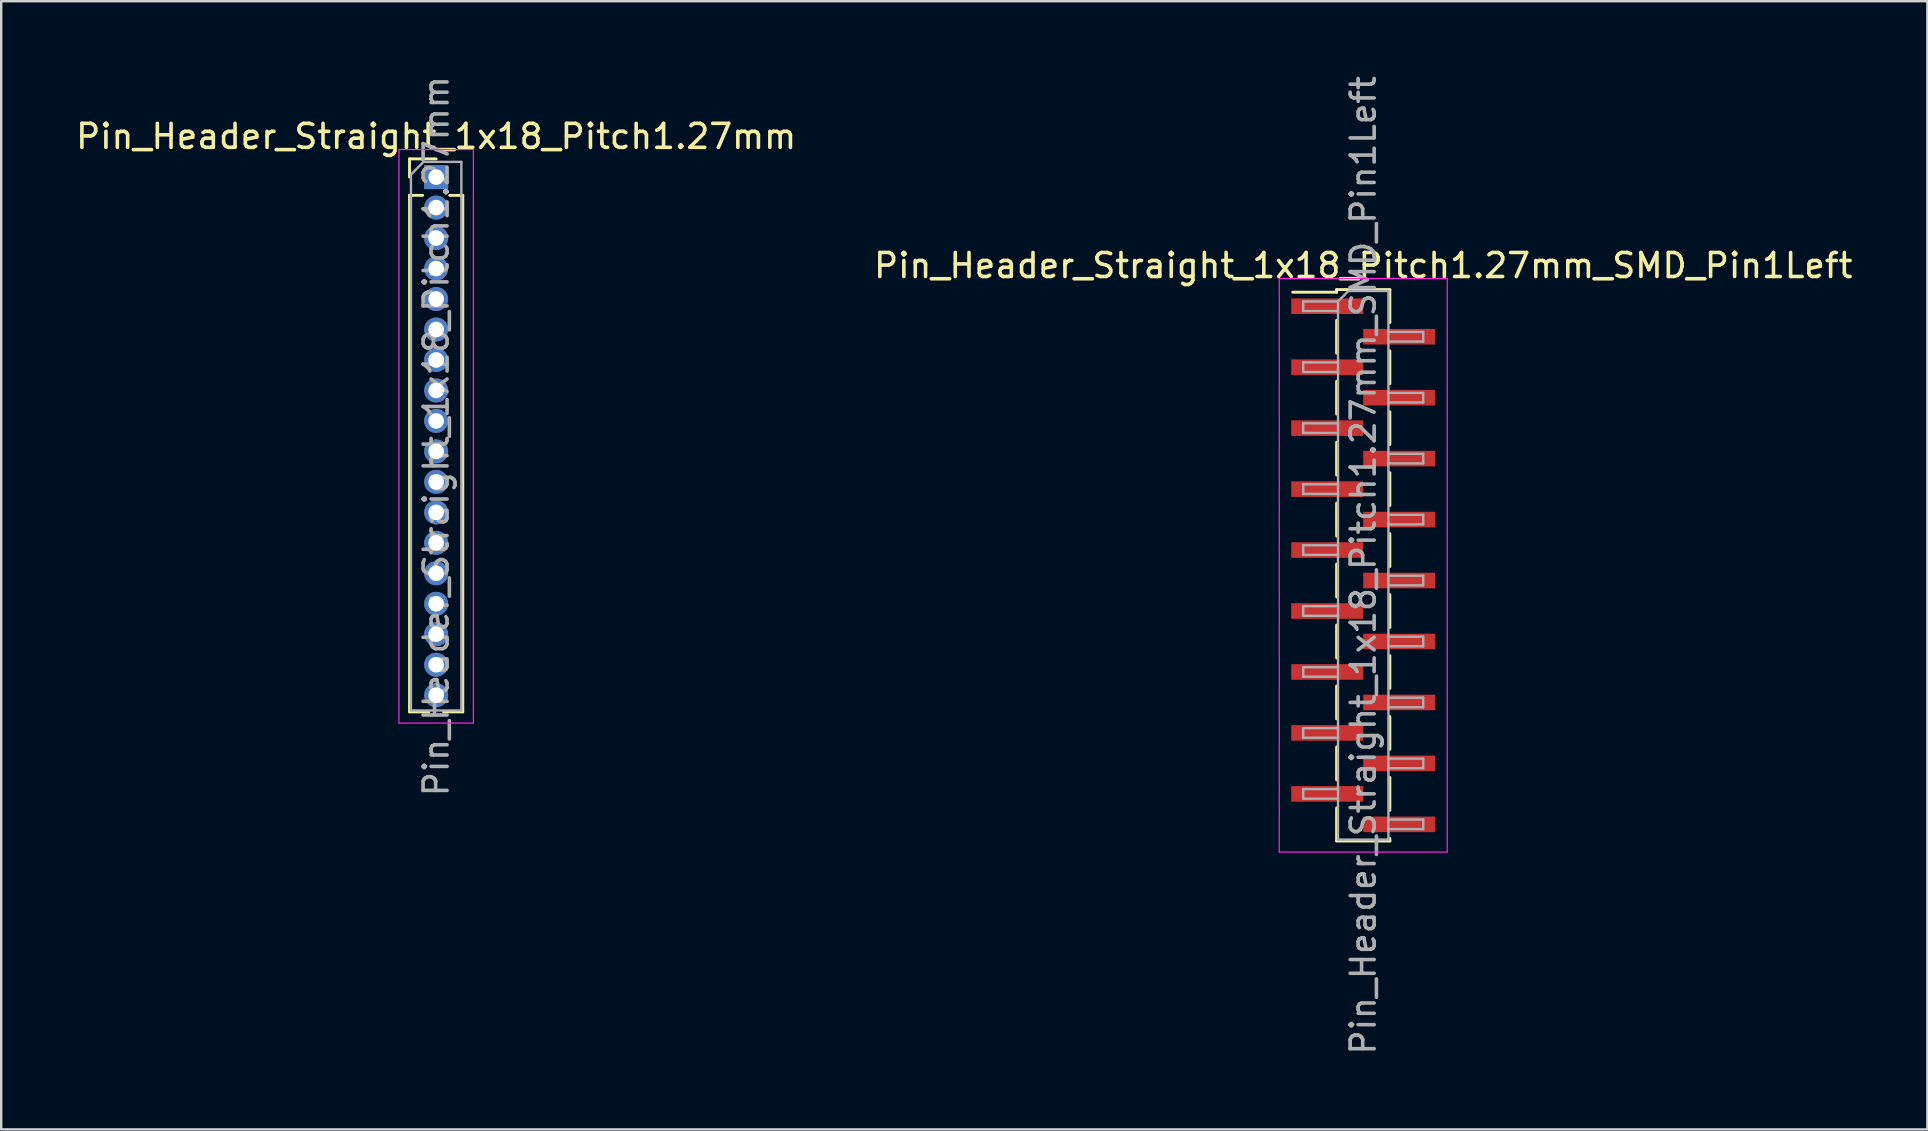
<source format=kicad_pcb>
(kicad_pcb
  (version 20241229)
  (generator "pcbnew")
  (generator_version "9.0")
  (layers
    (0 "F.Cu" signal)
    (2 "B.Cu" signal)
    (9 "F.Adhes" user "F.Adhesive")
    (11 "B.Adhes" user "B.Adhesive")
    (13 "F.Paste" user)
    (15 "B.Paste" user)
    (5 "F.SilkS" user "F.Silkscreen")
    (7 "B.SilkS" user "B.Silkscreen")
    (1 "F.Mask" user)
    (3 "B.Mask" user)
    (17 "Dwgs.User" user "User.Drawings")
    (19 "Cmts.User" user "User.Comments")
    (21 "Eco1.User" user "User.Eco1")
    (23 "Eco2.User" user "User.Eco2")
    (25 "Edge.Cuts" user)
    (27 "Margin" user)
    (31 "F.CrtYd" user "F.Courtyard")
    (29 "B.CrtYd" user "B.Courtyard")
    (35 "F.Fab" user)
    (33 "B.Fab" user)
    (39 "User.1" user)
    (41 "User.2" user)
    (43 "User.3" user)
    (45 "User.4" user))
  (footprint "Pin_Header_Straight_1x18_Pitch1.27mm"
    (layer "F.Cu")
    (at 15.125 4.33)
    (property "Reference" "Pin_Header_Straight_1x18_Pitch1.27mm" (at 0 -1.695 0) (layer "F.SilkS") (effects (font (size 1 1) (thickness 0.15))))
    (attr through_hole)
    (fp_line (start -1.11 -0.76) (end 0 -0.76) (stroke (width 0.12) (type solid)) (layer "F.SilkS"))
    (fp_line (start -1.11 0) (end -1.11 -0.76) (stroke (width 0.12) (type solid)) (layer "F.SilkS"))
    (fp_line (start -1.11 0.76) (end -1.11 22.285) (stroke (width 0.12) (type solid)) (layer "F.SilkS"))
    (fp_line (start -1.11 0.76) (end -0.563 0.76) (stroke (width 0.12) (type solid)) (layer "F.SilkS"))
    (fp_line (start -1.11 22.285) (end -0.308 22.285) (stroke (width 0.12) (type solid)) (layer "F.SilkS"))
    (fp_line (start 0.308 22.285) (end 1.11 22.285) (stroke (width 0.12) (type solid)) (layer "F.SilkS"))
    (fp_line (start 0.563 0.76) (end 1.11 0.76) (stroke (width 0.12) (type solid)) (layer "F.SilkS"))
    (fp_line (start 1.11 0.76) (end 1.11 22.285) (stroke (width 0.12) (type solid)) (layer "F.SilkS"))
    (fp_line (start -1.55 -1.15) (end -1.55 22.75) (stroke (width 0.05) (type solid)) (layer "F.CrtYd"))
    (fp_line (start -1.55 22.75) (end 1.55 22.75) (stroke (width 0.05) (type solid)) (layer "F.CrtYd"))
    (fp_line (start 1.55 -1.15) (end -1.55 -1.15) (stroke (width 0.05) (type solid)) (layer "F.CrtYd"))
    (fp_line (start 1.55 22.75) (end 1.55 -1.15) (stroke (width 0.05) (type solid)) (layer "F.CrtYd"))
    (fp_line (start -1.05 -0.11) (end -0.525 -0.635) (stroke (width 0.1) (type solid)) (layer "F.Fab"))
    (fp_line (start -1.05 22.225) (end -1.05 -0.11) (stroke (width 0.1) (type solid)) (layer "F.Fab"))
    (fp_line (start -0.525 -0.635) (end 1.05 -0.635) (stroke (width 0.1) (type solid)) (layer "F.Fab"))
    (fp_line (start 1.05 -0.635) (end 1.05 22.225) (stroke (width 0.1) (type solid)) (layer "F.Fab"))
    (fp_line (start 1.05 22.225) (end -1.05 22.225) (stroke (width 0.1) (type solid)) (layer "F.Fab"))
    (fp_text user "${REFERENCE}" (at 0 10.795 90) (layer "F.Fab") (effects (font (size 1 1) (thickness 0.15))))
    (pad "1" thru_hole rect (at 0 0) (size 1 1) (drill 0.65) (layers "*.Cu" "*.Mask"))
    (pad "2" thru_hole oval (at 0 1.27) (size 1 1) (drill 0.65) (layers "*.Cu" "*.Mask"))
    (pad "3" thru_hole oval (at 0 2.54) (size 1 1) (drill 0.65) (layers "*.Cu" "*.Mask"))
    (pad "4" thru_hole oval (at 0 3.81) (size 1 1) (drill 0.65) (layers "*.Cu" "*.Mask"))
    (pad "5" thru_hole oval (at 0 5.08) (size 1 1) (drill 0.65) (layers "*.Cu" "*.Mask"))
    (pad "6" thru_hole oval (at 0 6.35) (size 1 1) (drill 0.65) (layers "*.Cu" "*.Mask"))
    (pad "7" thru_hole oval (at 0 7.62) (size 1 1) (drill 0.65) (layers "*.Cu" "*.Mask"))
    (pad "8" thru_hole oval (at 0 8.89) (size 1 1) (drill 0.65) (layers "*.Cu" "*.Mask"))
    (pad "9" thru_hole oval (at 0 10.16) (size 1 1) (drill 0.65) (layers "*.Cu" "*.Mask"))
    (pad "10" thru_hole oval (at 0 11.43) (size 1 1) (drill 0.65) (layers "*.Cu" "*.Mask"))
    (pad "11" thru_hole oval (at 0 12.7) (size 1 1) (drill 0.65) (layers "*.Cu" "*.Mask"))
    (pad "12" thru_hole oval (at 0 13.97) (size 1 1) (drill 0.65) (layers "*.Cu" "*.Mask"))
    (pad "13" thru_hole oval (at 0 15.24) (size 1 1) (drill 0.65) (layers "*.Cu" "*.Mask"))
    (pad "14" thru_hole oval (at 0 16.51) (size 1 1) (drill 0.65) (layers "*.Cu" "*.Mask"))
    (pad "15" thru_hole oval (at 0 17.78) (size 1 1) (drill 0.65) (layers "*.Cu" "*.Mask"))
    (pad "16" thru_hole oval (at 0 19.05) (size 1 1) (drill 0.65) (layers "*.Cu" "*.Mask"))
    (pad "17" thru_hole oval (at 0 20.32) (size 1 1) (drill 0.65) (layers "*.Cu" "*.Mask"))
    (pad "18" thru_hole oval (at 0 21.59) (size 1 1) (drill 0.65) (layers "*.Cu" "*.Mask")))
  (footprint "Pin_Header_Straight_1x18_Pitch1.27mm_SMD_Pin1Left"
    (layer "F.Cu")
    (at 53.756 20.506)
    (property "Reference" "Pin_Header_Straight_1x18_Pitch1.27mm_SMD_Pin1Left" (at 0 -12.49 0) (layer "F.SilkS") (effects (font (size 1 1) (thickness 0.15))))
    (attr smd)
    (fp_line (start -1.11 -11.49) (end -1.11 -11.38) (stroke (width 0.12) (type solid)) (layer "F.SilkS"))
    (fp_line (start -1.11 -11.49) (end 1.11 -11.49) (stroke (width 0.12) (type solid)) (layer "F.SilkS"))
    (fp_line (start -1.11 -11.38) (end -2.94 -11.38) (stroke (width 0.12) (type solid)) (layer "F.SilkS"))
    (fp_line (start -1.11 -10.21) (end -1.11 -8.84) (stroke (width 0.12) (type solid)) (layer "F.SilkS"))
    (fp_line (start -1.11 -7.67) (end -1.11 -6.3) (stroke (width 0.12) (type solid)) (layer "F.SilkS"))
    (fp_line (start -1.11 -5.13) (end -1.11 -3.76) (stroke (width 0.12) (type solid)) (layer "F.SilkS"))
    (fp_line (start -1.11 -2.59) (end -1.11 -1.22) (stroke (width 0.12) (type solid)) (layer "F.SilkS"))
    (fp_line (start -1.11 -0.05) (end -1.11 1.32) (stroke (width 0.12) (type solid)) (layer "F.SilkS"))
    (fp_line (start -1.11 2.49) (end -1.11 3.86) (stroke (width 0.12) (type solid)) (layer "F.SilkS"))
    (fp_line (start -1.11 5.03) (end -1.11 6.4) (stroke (width 0.12) (type solid)) (layer "F.SilkS"))
    (fp_line (start -1.11 7.57) (end -1.11 8.94) (stroke (width 0.12) (type solid)) (layer "F.SilkS"))
    (fp_line (start -1.11 10.11) (end -1.11 11.48) (stroke (width 0.12) (type solid)) (layer "F.SilkS"))
    (fp_line (start -1.11 11.49) (end 1.11 11.49) (stroke (width 0.12) (type solid)) (layer "F.SilkS"))
    (fp_line (start 1.11 -11.48) (end 1.11 -10.11) (stroke (width 0.12) (type solid)) (layer "F.SilkS"))
    (fp_line (start 1.11 -8.94) (end 1.11 -7.57) (stroke (width 0.12) (type solid)) (layer "F.SilkS"))
    (fp_line (start 1.11 -6.4) (end 1.11 -5.03) (stroke (width 0.12) (type solid)) (layer "F.SilkS"))
    (fp_line (start 1.11 -3.86) (end 1.11 -2.49) (stroke (width 0.12) (type solid)) (layer "F.SilkS"))
    (fp_line (start 1.11 -1.32) (end 1.11 0.05) (stroke (width 0.12) (type solid)) (layer "F.SilkS"))
    (fp_line (start 1.11 1.22) (end 1.11 2.59) (stroke (width 0.12) (type solid)) (layer "F.SilkS"))
    (fp_line (start 1.11 3.76) (end 1.11 5.13) (stroke (width 0.12) (type solid)) (layer "F.SilkS"))
    (fp_line (start 1.11 6.3) (end 1.11 7.67) (stroke (width 0.12) (type solid)) (layer "F.SilkS"))
    (fp_line (start 1.11 8.84) (end 1.11 10.21) (stroke (width 0.12) (type solid)) (layer "F.SilkS"))
    (fp_line (start 1.11 11.38) (end 1.11 11.49) (stroke (width 0.12) (type solid)) (layer "F.SilkS"))
    (fp_line (start -3.5 -11.95) (end -3.5 11.95) (stroke (width 0.05) (type solid)) (layer "F.CrtYd"))
    (fp_line (start -3.5 11.95) (end 3.5 11.95) (stroke (width 0.05) (type solid)) (layer "F.CrtYd"))
    (fp_line (start 3.5 -11.95) (end -3.5 -11.95) (stroke (width 0.05) (type solid)) (layer "F.CrtYd"))
    (fp_line (start 3.5 11.95) (end 3.5 -11.95) (stroke (width 0.05) (type solid)) (layer "F.CrtYd"))
    (fp_line (start -2.5 -10.995) (end -2.5 -10.595) (stroke (width 0.1) (type solid)) (layer "F.Fab"))
    (fp_line (start -2.5 -10.595) (end -1.05 -10.595) (stroke (width 0.1) (type solid)) (layer "F.Fab"))
    (fp_line (start -2.5 -8.455) (end -2.5 -8.055) (stroke (width 0.1) (type solid)) (layer "F.Fab"))
    (fp_line (start -2.5 -8.055) (end -1.05 -8.055) (stroke (width 0.1) (type solid)) (layer "F.Fab"))
    (fp_line (start -2.5 -5.915) (end -2.5 -5.515) (stroke (width 0.1) (type solid)) (layer "F.Fab"))
    (fp_line (start -2.5 -5.515) (end -1.05 -5.515) (stroke (width 0.1) (type solid)) (layer "F.Fab"))
    (fp_line (start -2.5 -3.375) (end -2.5 -2.975) (stroke (width 0.1) (type solid)) (layer "F.Fab"))
    (fp_line (start -2.5 -2.975) (end -1.05 -2.975) (stroke (width 0.1) (type solid)) (layer "F.Fab"))
    (fp_line (start -2.5 -0.835) (end -2.5 -0.435) (stroke (width 0.1) (type solid)) (layer "F.Fab"))
    (fp_line (start -2.5 -0.435) (end -1.05 -0.435) (stroke (width 0.1) (type solid)) (layer "F.Fab"))
    (fp_line (start -2.5 1.705) (end -2.5 2.105) (stroke (width 0.1) (type solid)) (layer "F.Fab"))
    (fp_line (start -2.5 2.105) (end -1.05 2.105) (stroke (width 0.1) (type solid)) (layer "F.Fab"))
    (fp_line (start -2.5 4.245) (end -2.5 4.645) (stroke (width 0.1) (type solid)) (layer "F.Fab"))
    (fp_line (start -2.5 4.645) (end -1.05 4.645) (stroke (width 0.1) (type solid)) (layer "F.Fab"))
    (fp_line (start -2.5 6.785) (end -2.5 7.185) (stroke (width 0.1) (type solid)) (layer "F.Fab"))
    (fp_line (start -2.5 7.185) (end -1.05 7.185) (stroke (width 0.1) (type solid)) (layer "F.Fab"))
    (fp_line (start -2.5 9.325) (end -2.5 9.725) (stroke (width 0.1) (type solid)) (layer "F.Fab"))
    (fp_line (start -2.5 9.725) (end -1.05 9.725) (stroke (width 0.1) (type solid)) (layer "F.Fab"))
    (fp_line (start -1.05 -10.995) (end -2.5 -10.995) (stroke (width 0.1) (type solid)) (layer "F.Fab"))
    (fp_line (start -1.05 -10.995) (end -0.615 -11.43) (stroke (width 0.1) (type solid)) (layer "F.Fab"))
    (fp_line (start -1.05 -8.455) (end -2.5 -8.455) (stroke (width 0.1) (type solid)) (layer "F.Fab"))
    (fp_line (start -1.05 -5.915) (end -2.5 -5.915) (stroke (width 0.1) (type solid)) (layer "F.Fab"))
    (fp_line (start -1.05 -3.375) (end -2.5 -3.375) (stroke (width 0.1) (type solid)) (layer "F.Fab"))
    (fp_line (start -1.05 -0.835) (end -2.5 -0.835) (stroke (width 0.1) (type solid)) (layer "F.Fab"))
    (fp_line (start -1.05 1.705) (end -2.5 1.705) (stroke (width 0.1) (type solid)) (layer "F.Fab"))
    (fp_line (start -1.05 4.245) (end -2.5 4.245) (stroke (width 0.1) (type solid)) (layer "F.Fab"))
    (fp_line (start -1.05 6.785) (end -2.5 6.785) (stroke (width 0.1) (type solid)) (layer "F.Fab"))
    (fp_line (start -1.05 9.325) (end -2.5 9.325) (stroke (width 0.1) (type solid)) (layer "F.Fab"))
    (fp_line (start -1.05 11.43) (end -1.05 -10.995) (stroke (width 0.1) (type solid)) (layer "F.Fab"))
    (fp_line (start -0.615 -11.43) (end 1.05 -11.43) (stroke (width 0.1) (type solid)) (layer "F.Fab"))
    (fp_line (start 1.05 -11.43) (end 1.05 11.43) (stroke (width 0.1) (type solid)) (layer "F.Fab"))
    (fp_line (start 1.05 -9.725) (end 2.5 -9.725) (stroke (width 0.1) (type solid)) (layer "F.Fab"))
    (fp_line (start 1.05 -7.185) (end 2.5 -7.185) (stroke (width 0.1) (type solid)) (layer "F.Fab"))
    (fp_line (start 1.05 -4.645) (end 2.5 -4.645) (stroke (width 0.1) (type solid)) (layer "F.Fab"))
    (fp_line (start 1.05 -2.105) (end 2.5 -2.105) (stroke (width 0.1) (type solid)) (layer "F.Fab"))
    (fp_line (start 1.05 0.435) (end 2.5 0.435) (stroke (width 0.1) (type solid)) (layer "F.Fab"))
    (fp_line (start 1.05 2.975) (end 2.5 2.975) (stroke (width 0.1) (type solid)) (layer "F.Fab"))
    (fp_line (start 1.05 5.515) (end 2.5 5.515) (stroke (width 0.1) (type solid)) (layer "F.Fab"))
    (fp_line (start 1.05 8.055) (end 2.5 8.055) (stroke (width 0.1) (type solid)) (layer "F.Fab"))
    (fp_line (start 1.05 10.595) (end 2.5 10.595) (stroke (width 0.1) (type solid)) (layer "F.Fab"))
    (fp_line (start 1.05 11.43) (end -1.05 11.43) (stroke (width 0.1) (type solid)) (layer "F.Fab"))
    (fp_line (start 2.5 -9.725) (end 2.5 -9.325) (stroke (width 0.1) (type solid)) (layer "F.Fab"))
    (fp_line (start 2.5 -9.325) (end 1.05 -9.325) (stroke (width 0.1) (type solid)) (layer "F.Fab"))
    (fp_line (start 2.5 -7.185) (end 2.5 -6.785) (stroke (width 0.1) (type solid)) (layer "F.Fab"))
    (fp_line (start 2.5 -6.785) (end 1.05 -6.785) (stroke (width 0.1) (type solid)) (layer "F.Fab"))
    (fp_line (start 2.5 -4.645) (end 2.5 -4.245) (stroke (width 0.1) (type solid)) (layer "F.Fab"))
    (fp_line (start 2.5 -4.245) (end 1.05 -4.245) (stroke (width 0.1) (type solid)) (layer "F.Fab"))
    (fp_line (start 2.5 -2.105) (end 2.5 -1.705) (stroke (width 0.1) (type solid)) (layer "F.Fab"))
    (fp_line (start 2.5 -1.705) (end 1.05 -1.705) (stroke (width 0.1) (type solid)) (layer "F.Fab"))
    (fp_line (start 2.5 0.435) (end 2.5 0.835) (stroke (width 0.1) (type solid)) (layer "F.Fab"))
    (fp_line (start 2.5 0.835) (end 1.05 0.835) (stroke (width 0.1) (type solid)) (layer "F.Fab"))
    (fp_line (start 2.5 2.975) (end 2.5 3.375) (stroke (width 0.1) (type solid)) (layer "F.Fab"))
    (fp_line (start 2.5 3.375) (end 1.05 3.375) (stroke (width 0.1) (type solid)) (layer "F.Fab"))
    (fp_line (start 2.5 5.515) (end 2.5 5.915) (stroke (width 0.1) (type solid)) (layer "F.Fab"))
    (fp_line (start 2.5 5.915) (end 1.05 5.915) (stroke (width 0.1) (type solid)) (layer "F.Fab"))
    (fp_line (start 2.5 8.055) (end 2.5 8.455) (stroke (width 0.1) (type solid)) (layer "F.Fab"))
    (fp_line (start 2.5 8.455) (end 1.05 8.455) (stroke (width 0.1) (type solid)) (layer "F.Fab"))
    (fp_line (start 2.5 10.595) (end 2.5 10.995) (stroke (width 0.1) (type solid)) (layer "F.Fab"))
    (fp_line (start 2.5 10.995) (end 1.05 10.995) (stroke (width 0.1) (type solid)) (layer "F.Fab"))
    (fp_text user "${REFERENCE}" (at 0 0 90) (layer "F.Fab") (effects (font (size 1 1) (thickness 0.15))))
    (pad "1" smd rect (at -1.5 -10.795) (size 3 0.65) (layers "F.Cu" "F.Mask" "F.Paste"))
    (pad "2" smd rect (at 1.5 -9.525) (size 3 0.65) (layers "F.Cu" "F.Mask" "F.Paste"))
    (pad "3" smd rect (at -1.5 -8.255) (size 3 0.65) (layers "F.Cu" "F.Mask" "F.Paste"))
    (pad "4" smd rect (at 1.5 -6.985) (size 3 0.65) (layers "F.Cu" "F.Mask" "F.Paste"))
    (pad "5" smd rect (at -1.5 -5.715) (size 3 0.65) (layers "F.Cu" "F.Mask" "F.Paste"))
    (pad "6" smd rect (at 1.5 -4.445) (size 3 0.65) (layers "F.Cu" "F.Mask" "F.Paste"))
    (pad "7" smd rect (at -1.5 -3.175) (size 3 0.65) (layers "F.Cu" "F.Mask" "F.Paste"))
    (pad "8" smd rect (at 1.5 -1.905) (size 3 0.65) (layers "F.Cu" "F.Mask" "F.Paste"))
    (pad "9" smd rect (at -1.5 -0.635) (size 3 0.65) (layers "F.Cu" "F.Mask" "F.Paste"))
    (pad "10" smd rect (at 1.5 0.635) (size 3 0.65) (layers "F.Cu" "F.Mask" "F.Paste"))
    (pad "11" smd rect (at -1.5 1.905) (size 3 0.65) (layers "F.Cu" "F.Mask" "F.Paste"))
    (pad "12" smd rect (at 1.5 3.175) (size 3 0.65) (layers "F.Cu" "F.Mask" "F.Paste"))
    (pad "13" smd rect (at -1.5 4.445) (size 3 0.65) (layers "F.Cu" "F.Mask" "F.Paste"))
    (pad "14" smd rect (at 1.5 5.715) (size 3 0.65) (layers "F.Cu" "F.Mask" "F.Paste"))
    (pad "15" smd rect (at -1.5 6.985) (size 3 0.65) (layers "F.Cu" "F.Mask" "F.Paste"))
    (pad "16" smd rect (at 1.5 8.255) (size 3 0.65) (layers "F.Cu" "F.Mask" "F.Paste"))
    (pad "17" smd rect (at -1.5 9.525) (size 3 0.65) (layers "F.Cu" "F.Mask" "F.Paste"))
    (pad "18" smd rect (at 1.5 10.795) (size 3 0.65) (layers "F.Cu" "F.Mask" "F.Paste")))
  (gr_rect
    (start -3 -3)
    (end 77.262 44.012)
    (stroke (width 0.1) (type default))
    (fill no)
    (layer "Edge.Cuts")))
</source>
